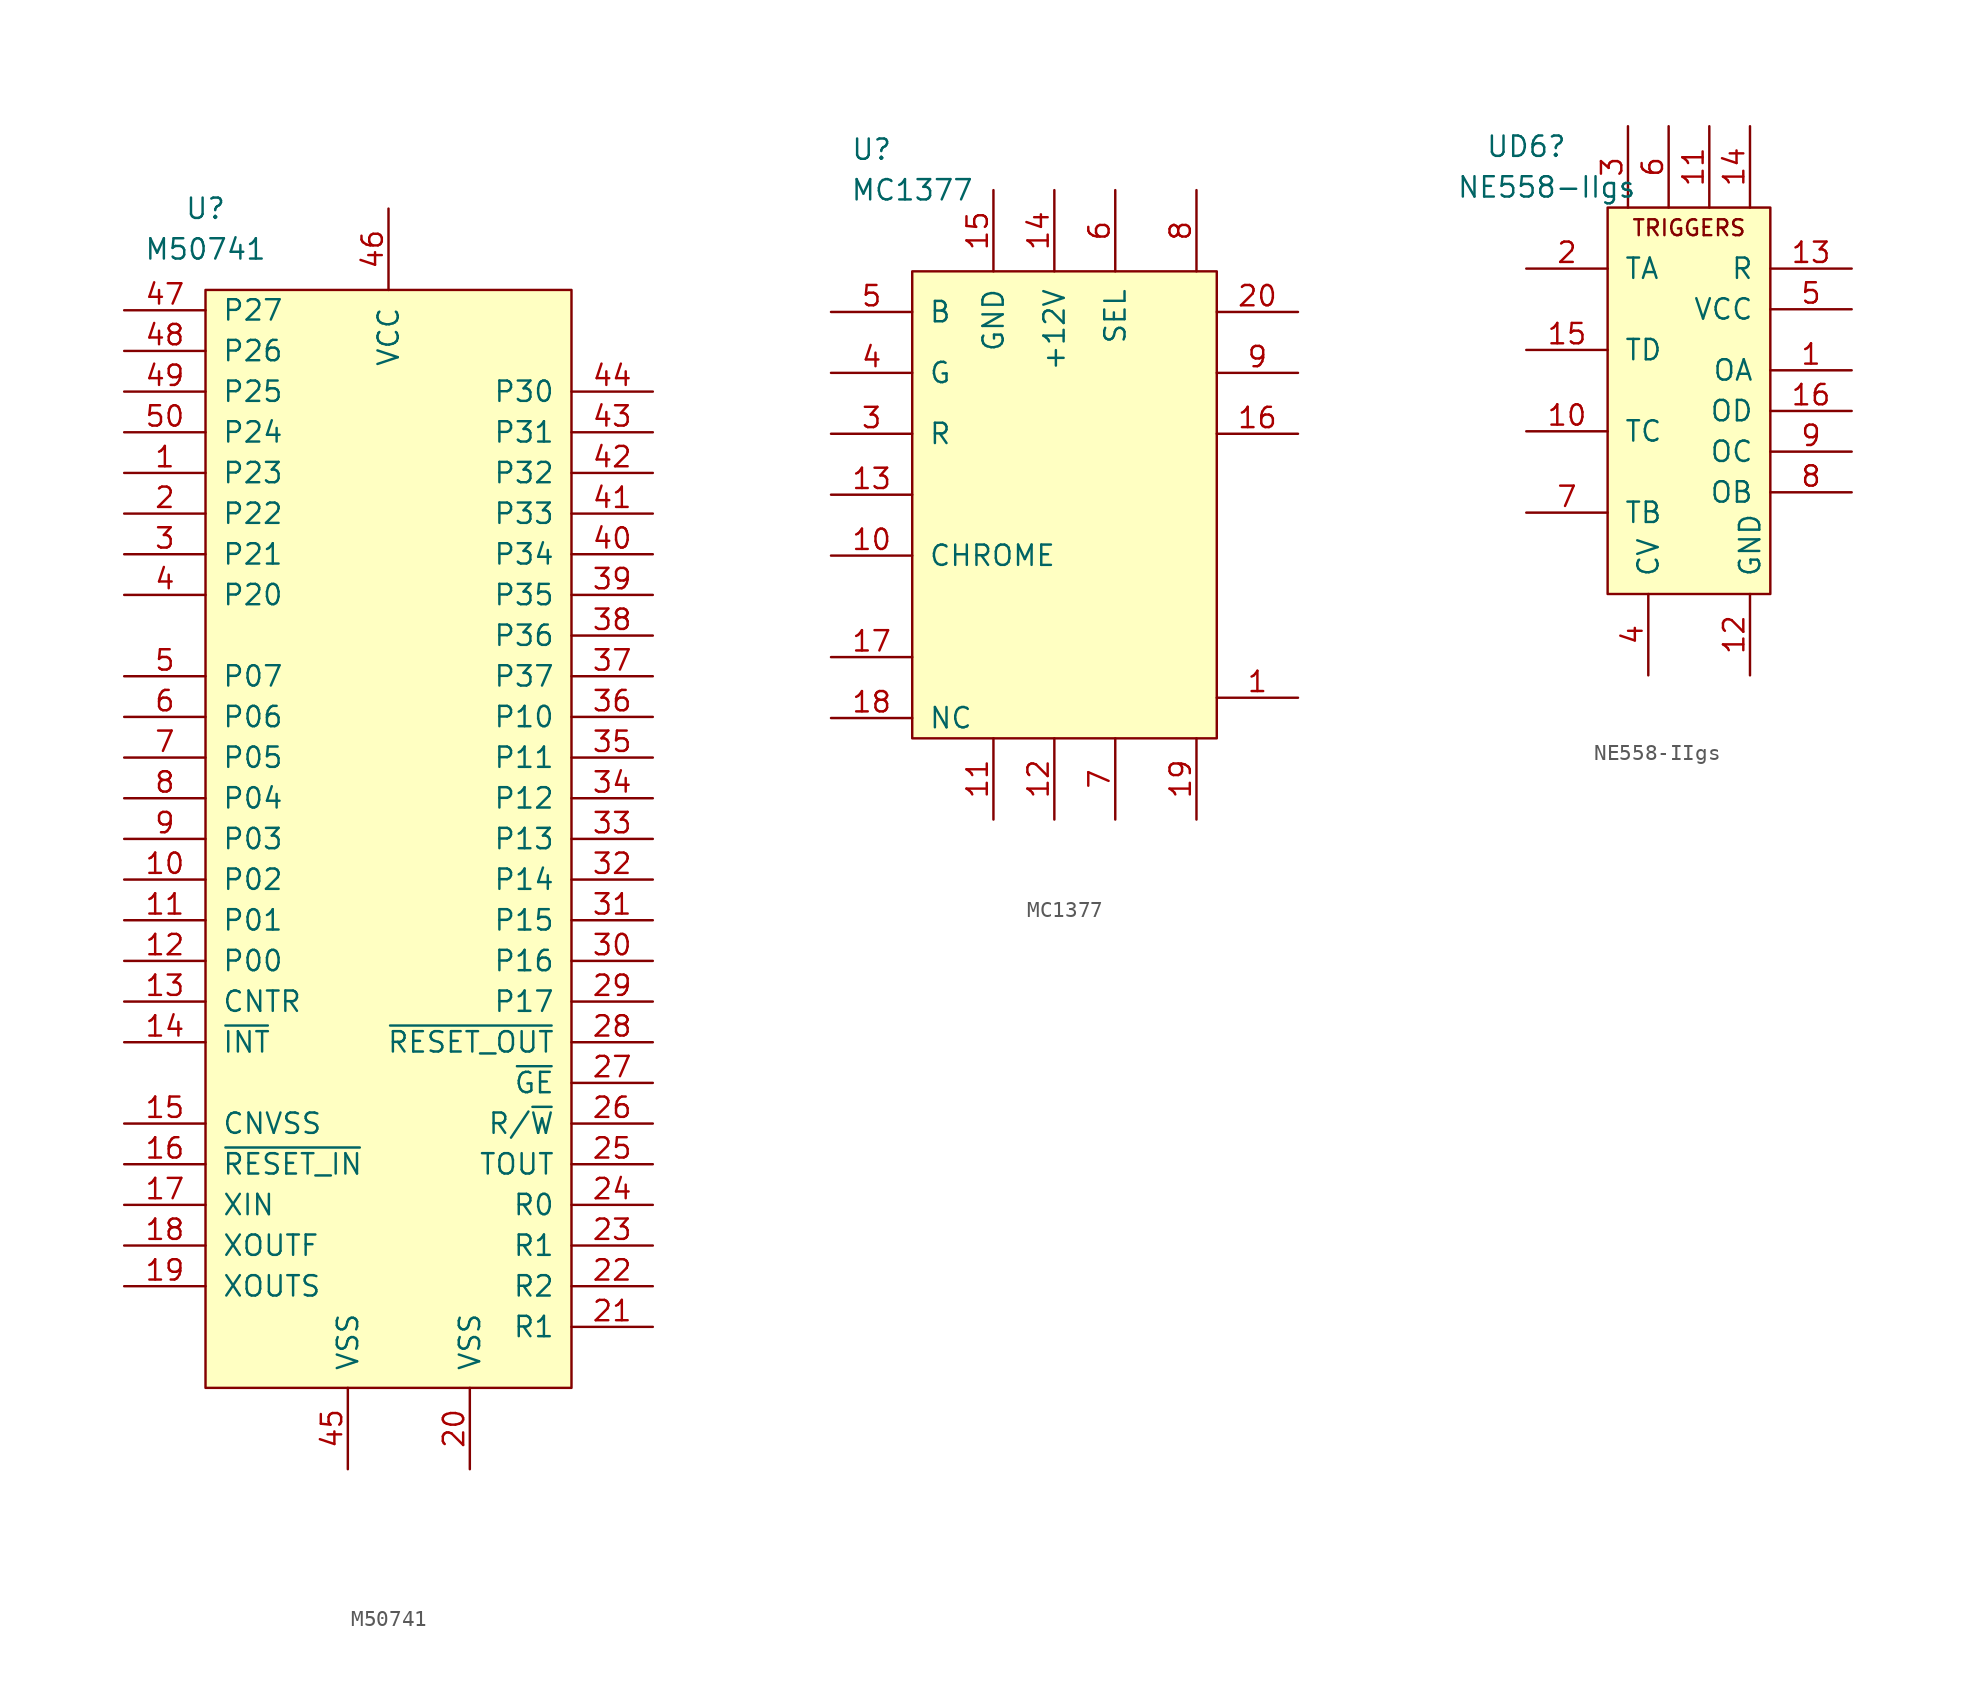
<source format=kicad_sym>
(kicad_symbol_lib
  (version 20211014)
  (generator kicad_symbol_editor)
  (symbol "M50741"
    (pin_names
      (offset 1.016))
    (property "Reference" "U"
      (at -11.43 38.1 0)
      (effects (font (size 1.27 1.27))))
    (property "Value" "M50741"
      (at -11.43 35.56 0)
      (effects (font (size 1.27 1.27))))
    (symbol "M50741_0_0"
      (rectangle (start -11.43 33.02) (end 11.43 -35.56) (stroke (width 0) (type default) (color 0 0 0 0)) (fill (type background))))
    (symbol "M50741_1_1"
      (pin input line (at -16.51 21.59 0) (length 5.08) (name "P23" (effects (font (size 1.27 1.27)))) (number "1" (effects (font (size 1.27 1.27)))))
      (pin input line (at -16.51 -3.81 0) (length 5.08) (name "P02" (effects (font (size 1.27 1.27)))) (number "10" (effects (font (size 1.27 1.27)))))
      (pin input line (at -16.51 -6.35 0) (length 5.08) (name "P01" (effects (font (size 1.27 1.27)))) (number "11" (effects (font (size 1.27 1.27)))))
      (pin input line (at -16.51 -8.89 0) (length 5.08) (name "P00" (effects (font (size 1.27 1.27)))) (number "12" (effects (font (size 1.27 1.27)))))
      (pin input line (at -16.51 -11.43 0) (length 5.08) (name "CNTR" (effects (font (size 1.27 1.27)))) (number "13" (effects (font (size 1.27 1.27)))))
      (pin input line (at -16.51 -13.97 0) (length 5.08) (name "~{INT}" (effects (font (size 1.27 1.27)))) (number "14" (effects (font (size 1.27 1.27)))))
      (pin input line (at -16.51 -19.05 0) (length 5.08) (name "CNVSS" (effects (font (size 1.27 1.27)))) (number "15" (effects (font (size 1.27 1.27)))))
      (pin input line (at -16.51 -21.59 0) (length 5.08) (name "~{RESET_IN}" (effects (font (size 1.27 1.27)))) (number "16" (effects (font (size 1.27 1.27)))))
      (pin input line (at -16.51 -24.13 0) (length 5.08) (name "XIN" (effects (font (size 1.27 1.27)))) (number "17" (effects (font (size 1.27 1.27)))))
      (pin input line (at -16.51 -26.67 0) (length 5.08) (name "XOUTF" (effects (font (size 1.27 1.27)))) (number "18" (effects (font (size 1.27 1.27)))))
      (pin input line (at -16.51 -29.21 0) (length 5.08) (name "XOUTS" (effects (font (size 1.27 1.27)))) (number "19" (effects (font (size 1.27 1.27)))))
      (pin input line (at -16.51 19.05 0) (length 5.08) (name "P22" (effects (font (size 1.27 1.27)))) (number "2" (effects (font (size 1.27 1.27)))))
      (pin input line (at 5.08 -40.64 90) (length 5.08) (name "VSS" (effects (font (size 1.27 1.27)))) (number "20" (effects (font (size 1.27 1.27)))))
      (pin input line (at 16.51 -31.75 180) (length 5.08) (name "R1" (effects (font (size 1.27 1.27)))) (number "21" (effects (font (size 1.27 1.27)))))
      (pin input line (at 16.51 -29.21 180) (length 5.08) (name "R2" (effects (font (size 1.27 1.27)))) (number "22" (effects (font (size 1.27 1.27)))))
      (pin input line (at 16.51 -26.67 180) (length 5.08) (name "R1" (effects (font (size 1.27 1.27)))) (number "23" (effects (font (size 1.27 1.27)))))
      (pin input line (at 16.51 -24.13 180) (length 5.08) (name "R0" (effects (font (size 1.27 1.27)))) (number "24" (effects (font (size 1.27 1.27)))))
      (pin input line (at 16.51 -21.59 180) (length 5.08) (name "TOUT" (effects (font (size 1.27 1.27)))) (number "25" (effects (font (size 1.27 1.27)))))
      (pin input line (at 16.51 -19.05 180) (length 5.08) (name "R/~{W}" (effects (font (size 1.27 1.27)))) (number "26" (effects (font (size 1.27 1.27)))))
      (pin input line (at 16.51 -16.51 180) (length 5.08) (name "~{GE}" (effects (font (size 1.27 1.27)))) (number "27" (effects (font (size 1.27 1.27)))))
      (pin input line (at 16.51 -13.97 180) (length 5.08) (name "~{RESET_OUT}" (effects (font (size 1.27 1.27)))) (number "28" (effects (font (size 1.27 1.27)))))
      (pin input line (at 16.51 -11.43 180) (length 5.08) (name "P17" (effects (font (size 1.27 1.27)))) (number "29" (effects (font (size 1.27 1.27)))))
      (pin input line (at -16.51 16.51 0) (length 5.08) (name "P21" (effects (font (size 1.27 1.27)))) (number "3" (effects (font (size 1.27 1.27)))))
      (pin input line (at 16.51 -8.89 180) (length 5.08) (name "P16" (effects (font (size 1.27 1.27)))) (number "30" (effects (font (size 1.27 1.27)))))
      (pin input line (at 16.51 -6.35 180) (length 5.08) (name "P15" (effects (font (size 1.27 1.27)))) (number "31" (effects (font (size 1.27 1.27)))))
      (pin input line (at 16.51 -3.81 180) (length 5.08) (name "P14" (effects (font (size 1.27 1.27)))) (number "32" (effects (font (size 1.27 1.27)))))
      (pin input line (at 16.51 -1.27 180) (length 5.08) (name "P13" (effects (font (size 1.27 1.27)))) (number "33" (effects (font (size 1.27 1.27)))))
      (pin input line (at 16.51 1.27 180) (length 5.08) (name "P12" (effects (font (size 1.27 1.27)))) (number "34" (effects (font (size 1.27 1.27)))))
      (pin input line (at 16.51 3.81 180) (length 5.08) (name "P11" (effects (font (size 1.27 1.27)))) (number "35" (effects (font (size 1.27 1.27)))))
      (pin input line (at 16.51 6.35 180) (length 5.08) (name "P10" (effects (font (size 1.27 1.27)))) (number "36" (effects (font (size 1.27 1.27)))))
      (pin input line (at 16.51 8.89 180) (length 5.08) (name "P37" (effects (font (size 1.27 1.27)))) (number "37" (effects (font (size 1.27 1.27)))))
      (pin input line (at 16.51 11.43 180) (length 5.08) (name "P36" (effects (font (size 1.27 1.27)))) (number "38" (effects (font (size 1.27 1.27)))))
      (pin input line (at 16.51 13.97 180) (length 5.08) (name "P35" (effects (font (size 1.27 1.27)))) (number "39" (effects (font (size 1.27 1.27)))))
      (pin input line (at -16.51 13.97 0) (length 5.08) (name "P20" (effects (font (size 1.27 1.27)))) (number "4" (effects (font (size 1.27 1.27)))))
      (pin input line (at 16.51 16.51 180) (length 5.08) (name "P34" (effects (font (size 1.27 1.27)))) (number "40" (effects (font (size 1.27 1.27)))))
      (pin input line (at 16.51 19.05 180) (length 5.08) (name "P33" (effects (font (size 1.27 1.27)))) (number "41" (effects (font (size 1.27 1.27)))))
      (pin input line (at 16.51 21.59 180) (length 5.08) (name "P32" (effects (font (size 1.27 1.27)))) (number "42" (effects (font (size 1.27 1.27)))))
      (pin input line (at 16.51 24.13 180) (length 5.08) (name "P31" (effects (font (size 1.27 1.27)))) (number "43" (effects (font (size 1.27 1.27)))))
      (pin input line (at 16.51 26.67 180) (length 5.08) (name "P30" (effects (font (size 1.27 1.27)))) (number "44" (effects (font (size 1.27 1.27)))))
      (pin input line (at -2.54 -40.64 90) (length 5.08) (name "VSS" (effects (font (size 1.27 1.27)))) (number "45" (effects (font (size 1.27 1.27)))))
      (pin input line (at 0 38.1 270) (length 5.08) (name "VCC" (effects (font (size 1.27 1.27)))) (number "46" (effects (font (size 1.27 1.27)))))
      (pin input line (at -16.51 31.75 0) (length 5.08) (name "P27" (effects (font (size 1.27 1.27)))) (number "47" (effects (font (size 1.27 1.27)))))
      (pin input line (at -16.51 29.21 0) (length 5.08) (name "P26" (effects (font (size 1.27 1.27)))) (number "48" (effects (font (size 1.27 1.27)))))
      (pin input line (at -16.51 26.67 0) (length 5.08) (name "P25" (effects (font (size 1.27 1.27)))) (number "49" (effects (font (size 1.27 1.27)))))
      (pin input line (at -16.51 8.89 0) (length 5.08) (name "P07" (effects (font (size 1.27 1.27)))) (number "5" (effects (font (size 1.27 1.27)))))
      (pin input line (at -16.51 24.13 0) (length 5.08) (name "P24" (effects (font (size 1.27 1.27)))) (number "50" (effects (font (size 1.27 1.27)))))
      (pin input line (at -16.51 6.35 0) (length 5.08) (name "P06" (effects (font (size 1.27 1.27)))) (number "6" (effects (font (size 1.27 1.27)))))
      (pin input line (at -16.51 3.81 0) (length 5.08) (name "P05" (effects (font (size 1.27 1.27)))) (number "7" (effects (font (size 1.27 1.27)))))
      (pin input line (at -16.51 1.27 0) (length 5.08) (name "P04" (effects (font (size 1.27 1.27)))) (number "8" (effects (font (size 1.27 1.27)))))
      (pin input line (at -16.51 -1.27 0) (length 5.08) (name "P03" (effects (font (size 1.27 1.27)))) (number "9" (effects (font (size 1.27 1.27)))))))
  (symbol "MC1377"
    (pin_names
      (offset 1.016))
    (property "Reference" "U"
      (at -12.7 20.32 0)
      (effects (font (size 1.27 1.27))))
    (property "Value" "MC1377"
      (at -10.16 17.78 0)
      (effects (font (size 1.27 1.27))))
    (symbol "MC1377_0_1"
      (rectangle (start -10.16 12.7) (end 8.89 -16.51) (stroke (width 0) (type default) (color 0 0 0 0)) (fill (type background))))
    (symbol "MC1377_1_1"
      (pin input line (at 13.97 -13.97 180) (length 5.08) (name "~" (effects (font (size 1.27 1.27)))) (number "1" (effects (font (size 1.27 1.27)))))
      (pin input line (at -15.24 -5.08 0) (length 5.08) (name "CHROME" (effects (font (size 1.27 1.27)))) (number "10" (effects (font (size 1.27 1.27)))))
      (pin input line (at -5.08 -21.59 90) (length 5.08) (name "~" (effects (font (size 1.27 1.27)))) (number "11" (effects (font (size 1.27 1.27)))))
      (pin input line (at -1.27 -21.59 90) (length 5.08) (name "~" (effects (font (size 1.27 1.27)))) (number "12" (effects (font (size 1.27 1.27)))))
      (pin input line (at -15.24 -1.27 0) (length 5.08) (name "~" (effects (font (size 1.27 1.27)))) (number "13" (effects (font (size 1.27 1.27)))))
      (pin input line (at -1.27 17.78 270) (length 5.08) (name "+12V" (effects (font (size 1.27 1.27)))) (number "14" (effects (font (size 1.27 1.27)))))
      (pin input line (at -5.08 17.78 270) (length 5.08) (name "GND" (effects (font (size 1.27 1.27)))) (number "15" (effects (font (size 1.27 1.27)))))
      (pin input line (at 13.97 2.54 180) (length 5.08) (name "~" (effects (font (size 1.27 1.27)))) (number "16" (effects (font (size 1.27 1.27)))))
      (pin input line (at -15.24 -11.43 0) (length 5.08) (name "~" (effects (font (size 1.27 1.27)))) (number "17" (effects (font (size 1.27 1.27)))))
      (pin input line (at -15.24 -15.24 0) (length 5.08) (name "NC" (effects (font (size 1.27 1.27)))) (number "18" (effects (font (size 1.27 1.27)))))
      (pin input line (at 7.62 -21.59 90) (length 5.08) (name "~" (effects (font (size 1.27 1.27)))) (number "19" (effects (font (size 1.27 1.27)))))
      (pin input line (at 13.97 10.16 180) (length 5.08) (name "~" (effects (font (size 1.27 1.27)))) (number "20" (effects (font (size 1.27 1.27)))))
      (pin input line (at -15.24 2.54 0) (length 5.08) (name "R" (effects (font (size 1.27 1.27)))) (number "3" (effects (font (size 1.27 1.27)))))
      (pin input line (at -15.24 6.35 0) (length 5.08) (name "G" (effects (font (size 1.27 1.27)))) (number "4" (effects (font (size 1.27 1.27)))))
      (pin input line (at -15.24 10.16 0) (length 5.08) (name "B" (effects (font (size 1.27 1.27)))) (number "5" (effects (font (size 1.27 1.27)))))
      (pin input line (at 2.54 17.78 270) (length 5.08) (name "SEL" (effects (font (size 1.27 1.27)))) (number "6" (effects (font (size 1.27 1.27)))))
      (pin input line (at 2.54 -21.59 90) (length 5.08) (name "~" (effects (font (size 1.27 1.27)))) (number "7" (effects (font (size 1.27 1.27)))))
      (pin input line (at 7.62 17.78 270) (length 5.08) (name "~" (effects (font (size 1.27 1.27)))) (number "8" (effects (font (size 1.27 1.27)))))
      (pin input line (at 13.97 6.35 180) (length 5.08) (name "~" (effects (font (size 1.27 1.27)))) (number "9" (effects (font (size 1.27 1.27)))))))
  (symbol "NE558-IIgs"
    (pin_names
      (offset 1.016))
    (property "Reference" "UD6"
      (at -10.16 15.24 0)
      (effects (font (size 1.27 1.27))))
    (property "Value" "NE558-IIgs"
      (at -8.89 12.7 0)
      (effects (font (size 1.27 1.27))))
    (symbol "NE558-IIgs_0_0"
      (text "TRIGGERS" (at 0 10.16 0) (effects (font (size 0.991 0.991)))))
    (symbol "NE558-IIgs_0_1"
      (rectangle (start 5.08 11.43) (end -5.08 -12.7) (stroke (width 0) (type default) (color 0 0 0 0)) (fill (type background))))
    (symbol "NE558-IIgs_1_1"
      (pin output line (at 10.16 1.27 180) (length 5.08) (name "OA" (effects (font (size 1.27 1.27)))) (number "1" (effects (font (size 1.27 1.27)))))
      (pin input line (at -10.16 -2.54 0) (length 5.08) (name "TC" (effects (font (size 1.27 1.27)))) (number "10" (effects (font (size 1.27 1.27)))))
      (pin input line (at 1.27 16.51 270) (length 5.08) (name "~" (effects (font (size 1.27 1.27)))) (number "11" (effects (font (size 1.27 1.27)))))
      (pin power_in line (at 3.81 -17.78 90) (length 5.08) (name "GND" (effects (font (size 1.27 1.27)))) (number "12" (effects (font (size 1.27 1.27)))))
      (pin input line (at 10.16 7.62 180) (length 5.08) (name "R" (effects (font (size 1.27 1.27)))) (number "13" (effects (font (size 1.27 1.27)))))
      (pin input line (at 3.81 16.51 270) (length 5.08) (name "~" (effects (font (size 1.27 1.27)))) (number "14" (effects (font (size 1.27 1.27)))))
      (pin input line (at -10.16 2.54 0) (length 5.08) (name "TD" (effects (font (size 1.27 1.27)))) (number "15" (effects (font (size 1.27 1.27)))))
      (pin output line (at 10.16 -1.27 180) (length 5.08) (name "OD" (effects (font (size 1.27 1.27)))) (number "16" (effects (font (size 1.27 1.27)))))
      (pin input line (at -10.16 7.62 0) (length 5.08) (name "TA" (effects (font (size 1.27 1.27)))) (number "2" (effects (font (size 1.27 1.27)))))
      (pin input line (at -3.81 16.51 270) (length 5.08) (name "~" (effects (font (size 1.27 1.27)))) (number "3" (effects (font (size 1.27 1.27)))))
      (pin passive line (at -2.54 -17.78 90) (length 5.08) (name "CV" (effects (font (size 1.27 1.27)))) (number "4" (effects (font (size 1.27 1.27)))))
      (pin power_in line (at 10.16 5.08 180) (length 5.08) (name "VCC" (effects (font (size 1.27 1.27)))) (number "5" (effects (font (size 1.27 1.27)))))
      (pin input line (at -1.27 16.51 270) (length 5.08) (name "~" (effects (font (size 1.27 1.27)))) (number "6" (effects (font (size 1.27 1.27)))))
      (pin input line (at -10.16 -7.62 0) (length 5.08) (name "TB" (effects (font (size 1.27 1.27)))) (number "7" (effects (font (size 1.27 1.27)))))
      (pin output line (at 10.16 -6.35 180) (length 5.08) (name "OB" (effects (font (size 1.27 1.27)))) (number "8" (effects (font (size 1.27 1.27)))))
      (pin output line (at 10.16 -3.81 180) (length 5.08) (name "OC" (effects (font (size 1.27 1.27)))) (number "9" (effects (font (size 1.27 1.27))))))))
</source>
